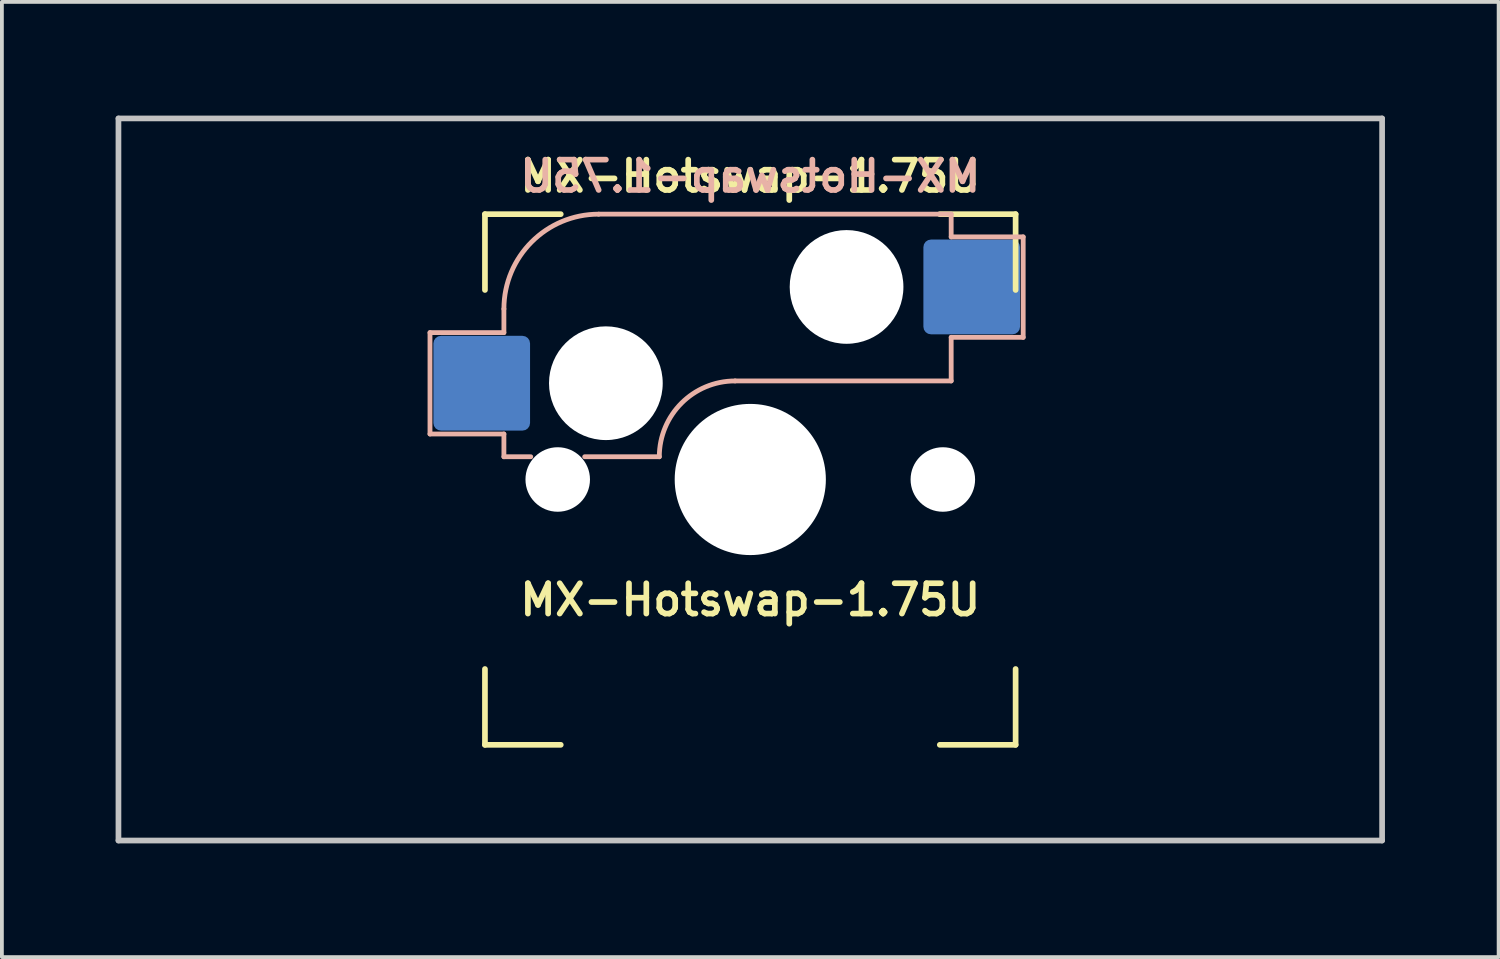
<source format=kicad_pcb>
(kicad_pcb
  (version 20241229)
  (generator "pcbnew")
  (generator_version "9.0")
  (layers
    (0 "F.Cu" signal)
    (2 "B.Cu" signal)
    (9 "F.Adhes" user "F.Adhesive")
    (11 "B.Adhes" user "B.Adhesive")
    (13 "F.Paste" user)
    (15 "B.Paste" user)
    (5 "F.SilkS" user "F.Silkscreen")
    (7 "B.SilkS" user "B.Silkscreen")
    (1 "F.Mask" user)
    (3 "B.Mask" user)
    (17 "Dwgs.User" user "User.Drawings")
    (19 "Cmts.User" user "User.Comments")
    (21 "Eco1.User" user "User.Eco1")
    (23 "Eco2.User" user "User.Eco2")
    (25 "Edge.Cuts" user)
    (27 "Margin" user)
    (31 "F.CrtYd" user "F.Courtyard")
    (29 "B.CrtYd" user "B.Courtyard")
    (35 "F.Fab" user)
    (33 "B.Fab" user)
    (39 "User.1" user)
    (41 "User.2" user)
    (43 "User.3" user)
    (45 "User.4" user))
  (footprint "MX-Hotswap-1.75U"
    (layer "F.Cu")
    (at 16.744 9.6)
    (property "Reference" "MX-Hotswap-1.75U" (at 0 3.175 0) (layer "F.SilkS") (effects (font (size 0.8 0.8) (thickness 0.15))))
    (attr smd)
    (fp_line (start -7 -7) (end -7 -5) (stroke (width 0.15) (type solid)) (layer "F.SilkS"))
    (fp_line (start -7 5) (end -7 7) (stroke (width 0.15) (type solid)) (layer "F.SilkS"))
    (fp_line (start -7 7) (end -5 7) (stroke (width 0.15) (type solid)) (layer "F.SilkS"))
    (fp_line (start -5 -7) (end -7 -7) (stroke (width 0.15) (type solid)) (layer "F.SilkS"))
    (fp_line (start 5 -7) (end 7 -7) (stroke (width 0.15) (type solid)) (layer "F.SilkS"))
    (fp_line (start 5 7) (end 7 7) (stroke (width 0.15) (type solid)) (layer "F.SilkS"))
    (fp_line (start 7 -7) (end 7 -5) (stroke (width 0.15) (type solid)) (layer "F.SilkS"))
    (fp_line (start 7 7) (end 7 5) (stroke (width 0.15) (type solid)) (layer "F.SilkS"))
    (fp_line (start -8.45 -3.875) (end -8.45 -1.2) (stroke (width 0.127) (type solid)) (layer "B.SilkS"))
    (fp_line (start -8.45 -1.2) (end -6.5 -1.2) (stroke (width 0.127) (type solid)) (layer "B.SilkS"))
    (fp_line (start -6.5 -4.5) (end -6.5 -3.875) (stroke (width 0.127) (type solid)) (layer "B.SilkS"))
    (fp_line (start -6.5 -3.875) (end -8.45 -3.875) (stroke (width 0.127) (type solid)) (layer "B.SilkS"))
    (fp_line (start -6.5 -0.6) (end -6.5 -1.2) (stroke (width 0.127) (type solid)) (layer "B.SilkS"))
    (fp_line (start -6.5 -0.6) (end -5.791 -0.6) (stroke (width 0.127) (type solid)) (layer "B.SilkS"))
    (fp_line (start -4.369 -0.6) (end -2.4 -0.6) (stroke (width 0.127) (type solid)) (layer "B.SilkS"))
    (fp_line (start -0.4 -2.6) (end 5.3 -2.6) (stroke (width 0.127) (type solid)) (layer "B.SilkS"))
    (fp_line (start 5.3 -7) (end -4 -7) (stroke (width 0.127) (type solid)) (layer "B.SilkS"))
    (fp_line (start 5.3 -7) (end 5.3 -6.4) (stroke (width 0.127) (type solid)) (layer "B.SilkS"))
    (fp_line (start 5.3 -6.4) (end 7.2 -6.4) (stroke (width 0.127) (type solid)) (layer "B.SilkS"))
    (fp_line (start 5.3 -2.6) (end 5.3 -3.75) (stroke (width 0.127) (type solid)) (layer "B.SilkS"))
    (fp_line (start 7.2 -6.4) (end 7.2 -3.75) (stroke (width 0.127) (type solid)) (layer "B.SilkS"))
    (fp_line (start 7.2 -3.75) (end 5.3 -3.75) (stroke (width 0.127) (type solid)) (layer "B.SilkS"))
    (fp_arc (start -6.5 -4.5) (mid -5.767767 -6.267766) (end -4 -7) (stroke (width 0.127) (type solid)) (layer "B.SilkS"))
    (fp_arc (start -2.4 -0.6) (mid -1.814214 -2.014214) (end -0.4 -2.6) (stroke (width 0.127) (type solid)) (layer "B.SilkS"))
    (fp_line (start -16.669 9.525) (end -16.669 -9.525) (stroke (width 0.15) (type solid)) (layer "Dwgs.User"))
    (fp_line (start 16.669 -9.525) (end -16.669 -9.525) (stroke (width 0.15) (type solid)) (layer "Dwgs.User"))
    (fp_line (start 16.669 9.525) (end -16.669 9.525) (stroke (width 0.15) (type solid)) (layer "Dwgs.User"))
    (fp_line (start 16.669 9.525) (end 16.669 -9.525) (stroke (width 0.15) (type solid)) (layer "Dwgs.User"))
    (fp_text user "${REFERENCE}" (at 0 -8.001 0) (layer "F.SilkS") (effects (font (size 0.8 0.8) (thickness 0.15))))
    (fp_text user "${REFERENCE}" (at 0 -8.001 0) (layer "B.SilkS") (effects (font (size 0.8 0.8) (thickness 0.15)) (justify mirror)))
    (pad "" np_thru_hole circle (at -5.08 0 48.099) (size 1.702 1.702) (drill 1.702) (layers "*.Cu" "*.Mask"))
    (pad "" np_thru_hole circle (at -3.81 -2.54) (size 3 3) (drill 3) (layers "*.Cu" "*.Mask"))
    (pad "" np_thru_hole circle (at 0 0) (size 3.988 3.988) (drill 3.988) (layers "*.Cu" "*.Mask"))
    (pad "" np_thru_hole circle (at 2.54 -5.08) (size 3 3) (drill 3) (layers "*.Cu" "*.Mask"))
    (pad "" np_thru_hole circle (at 5.08 0 48.099) (size 1.702 1.702) (drill 1.702) (layers "*.Cu" "*.Mask"))
    (pad "1" smd roundrect (at -7.085 -2.54) (size 2.55 2.5) (layers "B.Cu" "B.Mask" "B.Paste") (roundrect_rratio 0.08))
    (pad "2" smd roundrect (at 5.842 -5.08) (size 2.55 2.5) (layers "B.Cu" "B.Mask" "B.Paste") (roundrect_rratio 0.08)))
  (gr_rect
    (start -3 -3)
    (end 36.487 22.2)
    (stroke (width 0.1) (type default))
    (fill no)
    (layer "Edge.Cuts")))
</source>
